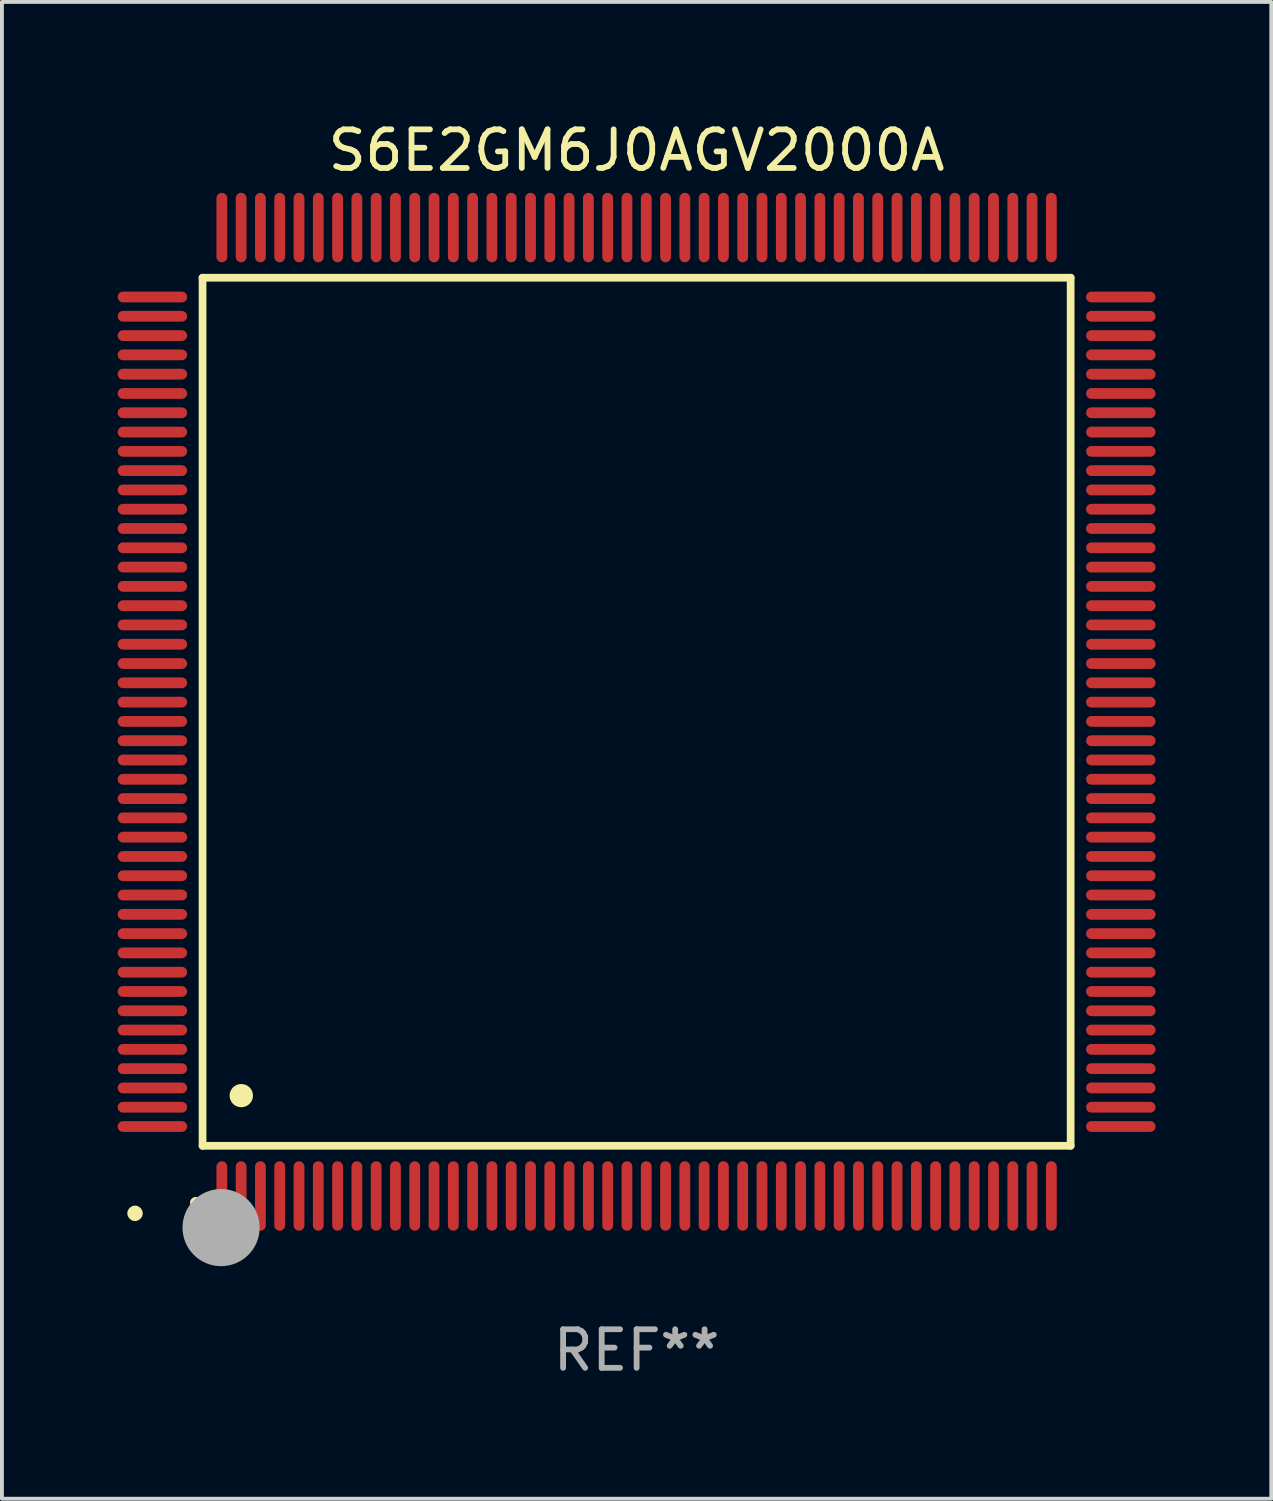
<source format=kicad_pcb>
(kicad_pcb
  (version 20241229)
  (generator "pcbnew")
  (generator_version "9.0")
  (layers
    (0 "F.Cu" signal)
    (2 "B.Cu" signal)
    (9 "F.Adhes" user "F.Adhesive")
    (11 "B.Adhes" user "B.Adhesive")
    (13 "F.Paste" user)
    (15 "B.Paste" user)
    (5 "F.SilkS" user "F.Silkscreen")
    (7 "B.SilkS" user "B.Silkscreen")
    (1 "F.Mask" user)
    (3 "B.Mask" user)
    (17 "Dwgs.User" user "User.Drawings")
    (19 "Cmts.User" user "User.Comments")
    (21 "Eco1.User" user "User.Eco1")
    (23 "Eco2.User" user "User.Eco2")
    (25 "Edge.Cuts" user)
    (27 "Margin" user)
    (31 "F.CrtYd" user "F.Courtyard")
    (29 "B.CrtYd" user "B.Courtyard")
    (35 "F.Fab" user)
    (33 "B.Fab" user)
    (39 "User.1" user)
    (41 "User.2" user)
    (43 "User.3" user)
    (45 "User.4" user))
  (footprint "S6E2GM6J0AGV2000A"
    (layer "F.Cu")
    (at 13.45 15.398)
    (property "Reference" "S6E2GM6J0AGV2000A" (at 0 -14.55 0) (layer "F.SilkS") (effects (font (size 1 1) (thickness 0.15))))
    (attr through_hole)
    (fp_line (start -11.25 -11.25) (end 11.25 -11.25) (stroke (width 0.2) (type solid)) (layer "F.SilkS"))
    (fp_line (start -11.25 11.25) (end -11.25 -11.25) (stroke (width 0.2) (type solid)) (layer "F.SilkS"))
    (fp_line (start 11.25 -11.25) (end 11.25 11.25) (stroke (width 0.2) (type solid)) (layer "F.SilkS"))
    (fp_line (start 11.25 11.25) (end -11.25 11.25) (stroke (width 0.2) (type solid)) (layer "F.SilkS"))
    (fp_arc (start -11.424943 12.725425) (mid -11.423673 12.72542) (end -11.422403 12.725425) (stroke (width 0.3) (type solid)) (layer "F.SilkS"))
    (fp_arc (start -10.24892 9.9492) (mid -10.24638 9.949189) (end -10.24384 9.9492) (stroke (width 0.6) (type solid)) (layer "F.SilkS"))
    (fp_circle (center -13 13) (end -12.9 13) (stroke (width 0.2) (type solid)) (fill no) (layer "F.SilkS"))
    (fp_circle (center -10.77 13.37) (end -10.27 13.37) (stroke (width 1) (type solid)) (fill no) (layer "F.Fab"))
    (fp_text user "REF**" (at 0 16.55 0) (layer "F.Fab") (effects (font (size 1 1) (thickness 0.15))))
    (pad "1" smd oval (at -10.75 12.55) (size 0.28 1.8) (layers "F.Cu" "F.Mask" "F.Paste"))
    (pad "2" smd oval (at -10.25 12.55) (size 0.28 1.8) (layers "F.Cu" "F.Mask" "F.Paste"))
    (pad "3" smd oval (at -9.75 12.55) (size 0.28 1.8) (layers "F.Cu" "F.Mask" "F.Paste"))
    (pad "4" smd oval (at -9.25 12.55) (size 0.28 1.8) (layers "F.Cu" "F.Mask" "F.Paste"))
    (pad "5" smd oval (at -8.75 12.55) (size 0.28 1.8) (layers "F.Cu" "F.Mask" "F.Paste"))
    (pad "6" smd oval (at -8.25 12.55) (size 0.28 1.8) (layers "F.Cu" "F.Mask" "F.Paste"))
    (pad "7" smd oval (at -7.75 12.55) (size 0.28 1.8) (layers "F.Cu" "F.Mask" "F.Paste"))
    (pad "8" smd oval (at -7.25 12.55) (size 0.28 1.8) (layers "F.Cu" "F.Mask" "F.Paste"))
    (pad "9" smd oval (at -6.75 12.55) (size 0.28 1.8) (layers "F.Cu" "F.Mask" "F.Paste"))
    (pad "10" smd oval (at -6.25 12.55) (size 0.28 1.8) (layers "F.Cu" "F.Mask" "F.Paste"))
    (pad "11" smd oval (at -5.75 12.55) (size 0.28 1.8) (layers "F.Cu" "F.Mask" "F.Paste"))
    (pad "12" smd oval (at -5.25 12.55) (size 0.28 1.8) (layers "F.Cu" "F.Mask" "F.Paste"))
    (pad "13" smd oval (at -4.75 12.55) (size 0.28 1.8) (layers "F.Cu" "F.Mask" "F.Paste"))
    (pad "14" smd oval (at -4.25 12.55) (size 0.28 1.8) (layers "F.Cu" "F.Mask" "F.Paste"))
    (pad "15" smd oval (at -3.75 12.55) (size 0.28 1.8) (layers "F.Cu" "F.Mask" "F.Paste"))
    (pad "16" smd oval (at -3.25 12.55) (size 0.28 1.8) (layers "F.Cu" "F.Mask" "F.Paste"))
    (pad "17" smd oval (at -2.75 12.55) (size 0.28 1.8) (layers "F.Cu" "F.Mask" "F.Paste"))
    (pad "18" smd oval (at -2.25 12.55) (size 0.28 1.8) (layers "F.Cu" "F.Mask" "F.Paste"))
    (pad "19" smd oval (at -1.75 12.55) (size 0.28 1.8) (layers "F.Cu" "F.Mask" "F.Paste"))
    (pad "20" smd oval (at -1.25 12.55) (size 0.28 1.8) (layers "F.Cu" "F.Mask" "F.Paste"))
    (pad "21" smd oval (at -0.75 12.55) (size 0.28 1.8) (layers "F.Cu" "F.Mask" "F.Paste"))
    (pad "22" smd oval (at -0.25 12.55) (size 0.28 1.8) (layers "F.Cu" "F.Mask" "F.Paste"))
    (pad "23" smd oval (at 0.25 12.55) (size 0.28 1.8) (layers "F.Cu" "F.Mask" "F.Paste"))
    (pad "24" smd oval (at 0.75 12.55) (size 0.28 1.8) (layers "F.Cu" "F.Mask" "F.Paste"))
    (pad "25" smd oval (at 1.25 12.55) (size 0.28 1.8) (layers "F.Cu" "F.Mask" "F.Paste"))
    (pad "26" smd oval (at 1.75 12.55) (size 0.28 1.8) (layers "F.Cu" "F.Mask" "F.Paste"))
    (pad "27" smd oval (at 2.25 12.55) (size 0.28 1.8) (layers "F.Cu" "F.Mask" "F.Paste"))
    (pad "28" smd oval (at 2.75 12.55) (size 0.28 1.8) (layers "F.Cu" "F.Mask" "F.Paste"))
    (pad "29" smd oval (at 3.25 12.55) (size 0.28 1.8) (layers "F.Cu" "F.Mask" "F.Paste"))
    (pad "30" smd oval (at 3.75 12.55) (size 0.28 1.8) (layers "F.Cu" "F.Mask" "F.Paste"))
    (pad "31" smd oval (at 4.25 12.55) (size 0.28 1.8) (layers "F.Cu" "F.Mask" "F.Paste"))
    (pad "32" smd oval (at 4.75 12.55) (size 0.28 1.8) (layers "F.Cu" "F.Mask" "F.Paste"))
    (pad "33" smd oval (at 5.25 12.55) (size 0.28 1.8) (layers "F.Cu" "F.Mask" "F.Paste"))
    (pad "34" smd oval (at 5.75 12.55) (size 0.28 1.8) (layers "F.Cu" "F.Mask" "F.Paste"))
    (pad "35" smd oval (at 6.25 12.55) (size 0.28 1.8) (layers "F.Cu" "F.Mask" "F.Paste"))
    (pad "36" smd oval (at 6.75 12.55) (size 0.28 1.8) (layers "F.Cu" "F.Mask" "F.Paste"))
    (pad "37" smd oval (at 7.25 12.55) (size 0.28 1.8) (layers "F.Cu" "F.Mask" "F.Paste"))
    (pad "38" smd oval (at 7.75 12.55) (size 0.28 1.8) (layers "F.Cu" "F.Mask" "F.Paste"))
    (pad "39" smd oval (at 8.25 12.55) (size 0.28 1.8) (layers "F.Cu" "F.Mask" "F.Paste"))
    (pad "40" smd oval (at 8.75 12.55) (size 0.28 1.8) (layers "F.Cu" "F.Mask" "F.Paste"))
    (pad "41" smd oval (at 9.25 12.55) (size 0.28 1.8) (layers "F.Cu" "F.Mask" "F.Paste"))
    (pad "42" smd oval (at 9.75 12.55) (size 0.28 1.8) (layers "F.Cu" "F.Mask" "F.Paste"))
    (pad "43" smd oval (at 10.25 12.55) (size 0.28 1.8) (layers "F.Cu" "F.Mask" "F.Paste"))
    (pad "44" smd oval (at 10.75 12.55) (size 0.28 1.8) (layers "F.Cu" "F.Mask" "F.Paste"))
    (pad "45" smd oval (at 12.55 10.75) (size 1.8 0.28) (layers "F.Cu" "F.Mask" "F.Paste"))
    (pad "46" smd oval (at 12.55 10.25) (size 1.8 0.28) (layers "F.Cu" "F.Mask" "F.Paste"))
    (pad "47" smd oval (at 12.55 9.75) (size 1.8 0.28) (layers "F.Cu" "F.Mask" "F.Paste"))
    (pad "48" smd oval (at 12.55 9.25) (size 1.8 0.28) (layers "F.Cu" "F.Mask" "F.Paste"))
    (pad "49" smd oval (at 12.55 8.75) (size 1.8 0.28) (layers "F.Cu" "F.Mask" "F.Paste"))
    (pad "50" smd oval (at 12.55 8.25) (size 1.8 0.28) (layers "F.Cu" "F.Mask" "F.Paste"))
    (pad "51" smd oval (at 12.55 7.75) (size 1.8 0.28) (layers "F.Cu" "F.Mask" "F.Paste"))
    (pad "52" smd oval (at 12.55 7.25) (size 1.8 0.28) (layers "F.Cu" "F.Mask" "F.Paste"))
    (pad "53" smd oval (at 12.55 6.75) (size 1.8 0.28) (layers "F.Cu" "F.Mask" "F.Paste"))
    (pad "54" smd oval (at 12.55 6.25) (size 1.8 0.28) (layers "F.Cu" "F.Mask" "F.Paste"))
    (pad "55" smd oval (at 12.55 5.75) (size 1.8 0.28) (layers "F.Cu" "F.Mask" "F.Paste"))
    (pad "56" smd oval (at 12.55 5.25) (size 1.8 0.28) (layers "F.Cu" "F.Mask" "F.Paste"))
    (pad "57" smd oval (at 12.55 4.75) (size 1.8 0.28) (layers "F.Cu" "F.Mask" "F.Paste"))
    (pad "58" smd oval (at 12.55 4.25) (size 1.8 0.28) (layers "F.Cu" "F.Mask" "F.Paste"))
    (pad "59" smd oval (at 12.55 3.75) (size 1.8 0.28) (layers "F.Cu" "F.Mask" "F.Paste"))
    (pad "60" smd oval (at 12.55 3.25) (size 1.8 0.28) (layers "F.Cu" "F.Mask" "F.Paste"))
    (pad "61" smd oval (at 12.55 2.75) (size 1.8 0.28) (layers "F.Cu" "F.Mask" "F.Paste"))
    (pad "62" smd oval (at 12.55 2.25) (size 1.8 0.28) (layers "F.Cu" "F.Mask" "F.Paste"))
    (pad "63" smd oval (at 12.55 1.75) (size 1.8 0.28) (layers "F.Cu" "F.Mask" "F.Paste"))
    (pad "64" smd oval (at 12.55 1.25) (size 1.8 0.28) (layers "F.Cu" "F.Mask" "F.Paste"))
    (pad "65" smd oval (at 12.55 0.75) (size 1.8 0.28) (layers "F.Cu" "F.Mask" "F.Paste"))
    (pad "66" smd oval (at 12.55 0.25) (size 1.8 0.28) (layers "F.Cu" "F.Mask" "F.Paste"))
    (pad "67" smd oval (at 12.55 -0.25) (size 1.8 0.28) (layers "F.Cu" "F.Mask" "F.Paste"))
    (pad "68" smd oval (at 12.55 -0.75) (size 1.8 0.28) (layers "F.Cu" "F.Mask" "F.Paste"))
    (pad "69" smd oval (at 12.55 -1.25) (size 1.8 0.28) (layers "F.Cu" "F.Mask" "F.Paste"))
    (pad "70" smd oval (at 12.55 -1.75) (size 1.8 0.28) (layers "F.Cu" "F.Mask" "F.Paste"))
    (pad "71" smd oval (at 12.55 -2.25) (size 1.8 0.28) (layers "F.Cu" "F.Mask" "F.Paste"))
    (pad "72" smd oval (at 12.55 -2.75) (size 1.8 0.28) (layers "F.Cu" "F.Mask" "F.Paste"))
    (pad "73" smd oval (at 12.55 -3.25) (size 1.8 0.28) (layers "F.Cu" "F.Mask" "F.Paste"))
    (pad "74" smd oval (at 12.55 -3.75) (size 1.8 0.28) (layers "F.Cu" "F.Mask" "F.Paste"))
    (pad "75" smd oval (at 12.55 -4.25) (size 1.8 0.28) (layers "F.Cu" "F.Mask" "F.Paste"))
    (pad "76" smd oval (at 12.55 -4.75) (size 1.8 0.28) (layers "F.Cu" "F.Mask" "F.Paste"))
    (pad "77" smd oval (at 12.55 -5.25) (size 1.8 0.28) (layers "F.Cu" "F.Mask" "F.Paste"))
    (pad "78" smd oval (at 12.55 -5.75) (size 1.8 0.28) (layers "F.Cu" "F.Mask" "F.Paste"))
    (pad "79" smd oval (at 12.55 -6.25) (size 1.8 0.28) (layers "F.Cu" "F.Mask" "F.Paste"))
    (pad "80" smd oval (at 12.55 -6.75) (size 1.8 0.28) (layers "F.Cu" "F.Mask" "F.Paste"))
    (pad "81" smd oval (at 12.55 -7.25) (size 1.8 0.28) (layers "F.Cu" "F.Mask" "F.Paste"))
    (pad "82" smd oval (at 12.55 -7.75) (size 1.8 0.28) (layers "F.Cu" "F.Mask" "F.Paste"))
    (pad "83" smd oval (at 12.55 -8.25) (size 1.8 0.28) (layers "F.Cu" "F.Mask" "F.Paste"))
    (pad "84" smd oval (at 12.55 -8.75) (size 1.8 0.28) (layers "F.Cu" "F.Mask" "F.Paste"))
    (pad "85" smd oval (at 12.55 -9.25) (size 1.8 0.28) (layers "F.Cu" "F.Mask" "F.Paste"))
    (pad "86" smd oval (at 12.55 -9.75) (size 1.8 0.28) (layers "F.Cu" "F.Mask" "F.Paste"))
    (pad "87" smd oval (at 12.55 -10.25) (size 1.8 0.28) (layers "F.Cu" "F.Mask" "F.Paste"))
    (pad "88" smd oval (at 12.55 -10.75) (size 1.8 0.28) (layers "F.Cu" "F.Mask" "F.Paste"))
    (pad "89" smd oval (at 10.75 -12.55) (size 0.28 1.8) (layers "F.Cu" "F.Mask" "F.Paste"))
    (pad "90" smd oval (at 10.25 -12.55) (size 0.28 1.8) (layers "F.Cu" "F.Mask" "F.Paste"))
    (pad "91" smd oval (at 9.75 -12.55) (size 0.28 1.8) (layers "F.Cu" "F.Mask" "F.Paste"))
    (pad "92" smd oval (at 9.25 -12.55) (size 0.28 1.8) (layers "F.Cu" "F.Mask" "F.Paste"))
    (pad "93" smd oval (at 8.75 -12.55) (size 0.28 1.8) (layers "F.Cu" "F.Mask" "F.Paste"))
    (pad "94" smd oval (at 8.25 -12.55) (size 0.28 1.8) (layers "F.Cu" "F.Mask" "F.Paste"))
    (pad "95" smd oval (at 7.75 -12.55) (size 0.28 1.8) (layers "F.Cu" "F.Mask" "F.Paste"))
    (pad "96" smd oval (at 7.25 -12.55) (size 0.28 1.8) (layers "F.Cu" "F.Mask" "F.Paste"))
    (pad "97" smd oval (at 6.75 -12.55) (size 0.28 1.8) (layers "F.Cu" "F.Mask" "F.Paste"))
    (pad "98" smd oval (at 6.25 -12.55) (size 0.28 1.8) (layers "F.Cu" "F.Mask" "F.Paste"))
    (pad "99" smd oval (at 5.75 -12.55) (size 0.28 1.8) (layers "F.Cu" "F.Mask" "F.Paste"))
    (pad "100" smd oval (at 5.25 -12.55) (size 0.28 1.8) (layers "F.Cu" "F.Mask" "F.Paste"))
    (pad "101" smd oval (at 4.75 -12.55) (size 0.28 1.8) (layers "F.Cu" "F.Mask" "F.Paste"))
    (pad "102" smd oval (at 4.25 -12.55) (size 0.28 1.8) (layers "F.Cu" "F.Mask" "F.Paste"))
    (pad "103" smd oval (at 3.75 -12.55) (size 0.28 1.8) (layers "F.Cu" "F.Mask" "F.Paste"))
    (pad "104" smd oval (at 3.25 -12.55) (size 0.28 1.8) (layers "F.Cu" "F.Mask" "F.Paste"))
    (pad "105" smd oval (at 2.75 -12.55) (size 0.28 1.8) (layers "F.Cu" "F.Mask" "F.Paste"))
    (pad "106" smd oval (at 2.25 -12.55) (size 0.28 1.8) (layers "F.Cu" "F.Mask" "F.Paste"))
    (pad "107" smd oval (at 1.75 -12.55) (size 0.28 1.8) (layers "F.Cu" "F.Mask" "F.Paste"))
    (pad "108" smd oval (at 1.25 -12.55) (size 0.28 1.8) (layers "F.Cu" "F.Mask" "F.Paste"))
    (pad "109" smd oval (at 0.75 -12.55) (size 0.28 1.8) (layers "F.Cu" "F.Mask" "F.Paste"))
    (pad "110" smd oval (at 0.25 -12.55) (size 0.28 1.8) (layers "F.Cu" "F.Mask" "F.Paste"))
    (pad "111" smd oval (at -0.25 -12.55) (size 0.28 1.8) (layers "F.Cu" "F.Mask" "F.Paste"))
    (pad "112" smd oval (at -0.75 -12.55) (size 0.28 1.8) (layers "F.Cu" "F.Mask" "F.Paste"))
    (pad "113" smd oval (at -1.25 -12.55) (size 0.28 1.8) (layers "F.Cu" "F.Mask" "F.Paste"))
    (pad "114" smd oval (at -1.75 -12.55) (size 0.28 1.8) (layers "F.Cu" "F.Mask" "F.Paste"))
    (pad "115" smd oval (at -2.25 -12.55) (size 0.28 1.8) (layers "F.Cu" "F.Mask" "F.Paste"))
    (pad "116" smd oval (at -2.75 -12.55) (size 0.28 1.8) (layers "F.Cu" "F.Mask" "F.Paste"))
    (pad "117" smd oval (at -3.25 -12.55) (size 0.28 1.8) (layers "F.Cu" "F.Mask" "F.Paste"))
    (pad "118" smd oval (at -3.75 -12.55) (size 0.28 1.8) (layers "F.Cu" "F.Mask" "F.Paste"))
    (pad "119" smd oval (at -4.25 -12.55) (size 0.28 1.8) (layers "F.Cu" "F.Mask" "F.Paste"))
    (pad "120" smd oval (at -4.75 -12.55) (size 0.28 1.8) (layers "F.Cu" "F.Mask" "F.Paste"))
    (pad "121" smd oval (at -5.25 -12.55) (size 0.28 1.8) (layers "F.Cu" "F.Mask" "F.Paste"))
    (pad "122" smd oval (at -5.75 -12.55) (size 0.28 1.8) (layers "F.Cu" "F.Mask" "F.Paste"))
    (pad "123" smd oval (at -6.25 -12.55) (size 0.28 1.8) (layers "F.Cu" "F.Mask" "F.Paste"))
    (pad "124" smd oval (at -6.75 -12.55) (size 0.28 1.8) (layers "F.Cu" "F.Mask" "F.Paste"))
    (pad "125" smd oval (at -7.25 -12.55) (size 0.28 1.8) (layers "F.Cu" "F.Mask" "F.Paste"))
    (pad "126" smd oval (at -7.75 -12.55) (size 0.28 1.8) (layers "F.Cu" "F.Mask" "F.Paste"))
    (pad "127" smd oval (at -8.25 -12.55) (size 0.28 1.8) (layers "F.Cu" "F.Mask" "F.Paste"))
    (pad "128" smd oval (at -8.75 -12.55) (size 0.28 1.8) (layers "F.Cu" "F.Mask" "F.Paste"))
    (pad "129" smd oval (at -9.25 -12.55) (size 0.28 1.8) (layers "F.Cu" "F.Mask" "F.Paste"))
    (pad "130" smd oval (at -9.75 -12.55) (size 0.28 1.8) (layers "F.Cu" "F.Mask" "F.Paste"))
    (pad "131" smd oval (at -10.25 -12.55) (size 0.28 1.8) (layers "F.Cu" "F.Mask" "F.Paste"))
    (pad "132" smd oval (at -10.75 -12.55) (size 0.28 1.8) (layers "F.Cu" "F.Mask" "F.Paste"))
    (pad "133" smd oval (at -12.55 -10.75) (size 1.8 0.28) (layers "F.Cu" "F.Mask" "F.Paste"))
    (pad "134" smd oval (at -12.55 -10.25) (size 1.8 0.28) (layers "F.Cu" "F.Mask" "F.Paste"))
    (pad "135" smd oval (at -12.55 -9.75) (size 1.8 0.28) (layers "F.Cu" "F.Mask" "F.Paste"))
    (pad "136" smd oval (at -12.55 -9.25) (size 1.8 0.28) (layers "F.Cu" "F.Mask" "F.Paste"))
    (pad "137" smd oval (at -12.55 -8.75) (size 1.8 0.28) (layers "F.Cu" "F.Mask" "F.Paste"))
    (pad "138" smd oval (at -12.55 -8.25) (size 1.8 0.28) (layers "F.Cu" "F.Mask" "F.Paste"))
    (pad "139" smd oval (at -12.55 -7.75) (size 1.8 0.28) (layers "F.Cu" "F.Mask" "F.Paste"))
    (pad "140" smd oval (at -12.55 -7.25) (size 1.8 0.28) (layers "F.Cu" "F.Mask" "F.Paste"))
    (pad "141" smd oval (at -12.55 -6.75) (size 1.8 0.28) (layers "F.Cu" "F.Mask" "F.Paste"))
    (pad "142" smd oval (at -12.55 -6.25) (size 1.8 0.28) (layers "F.Cu" "F.Mask" "F.Paste"))
    (pad "143" smd oval (at -12.55 -5.75) (size 1.8 0.28) (layers "F.Cu" "F.Mask" "F.Paste"))
    (pad "144" smd oval (at -12.55 -5.25) (size 1.8 0.28) (layers "F.Cu" "F.Mask" "F.Paste"))
    (pad "145" smd oval (at -12.55 -4.75) (size 1.8 0.28) (layers "F.Cu" "F.Mask" "F.Paste"))
    (pad "146" smd oval (at -12.55 -4.25) (size 1.8 0.28) (layers "F.Cu" "F.Mask" "F.Paste"))
    (pad "147" smd oval (at -12.55 -3.75) (size 1.8 0.28) (layers "F.Cu" "F.Mask" "F.Paste"))
    (pad "148" smd oval (at -12.55 -3.25) (size 1.8 0.28) (layers "F.Cu" "F.Mask" "F.Paste"))
    (pad "149" smd oval (at -12.55 -2.75) (size 1.8 0.28) (layers "F.Cu" "F.Mask" "F.Paste"))
    (pad "150" smd oval (at -12.55 -2.25) (size 1.8 0.28) (layers "F.Cu" "F.Mask" "F.Paste"))
    (pad "151" smd oval (at -12.55 -1.75) (size 1.8 0.28) (layers "F.Cu" "F.Mask" "F.Paste"))
    (pad "152" smd oval (at -12.55 -1.25) (size 1.8 0.28) (layers "F.Cu" "F.Mask" "F.Paste"))
    (pad "153" smd oval (at -12.55 -0.75) (size 1.8 0.28) (layers "F.Cu" "F.Mask" "F.Paste"))
    (pad "154" smd oval (at -12.55 -0.25) (size 1.8 0.28) (layers "F.Cu" "F.Mask" "F.Paste"))
    (pad "155" smd oval (at -12.55 0.25) (size 1.8 0.28) (layers "F.Cu" "F.Mask" "F.Paste"))
    (pad "156" smd oval (at -12.55 0.75) (size 1.8 0.28) (layers "F.Cu" "F.Mask" "F.Paste"))
    (pad "157" smd oval (at -12.55 1.25) (size 1.8 0.28) (layers "F.Cu" "F.Mask" "F.Paste"))
    (pad "158" smd oval (at -12.55 1.75) (size 1.8 0.28) (layers "F.Cu" "F.Mask" "F.Paste"))
    (pad "159" smd oval (at -12.55 2.25) (size 1.8 0.28) (layers "F.Cu" "F.Mask" "F.Paste"))
    (pad "160" smd oval (at -12.55 2.75) (size 1.8 0.28) (layers "F.Cu" "F.Mask" "F.Paste"))
    (pad "161" smd oval (at -12.55 3.25) (size 1.8 0.28) (layers "F.Cu" "F.Mask" "F.Paste"))
    (pad "162" smd oval (at -12.55 3.75) (size 1.8 0.28) (layers "F.Cu" "F.Mask" "F.Paste"))
    (pad "163" smd oval (at -12.55 4.25) (size 1.8 0.28) (layers "F.Cu" "F.Mask" "F.Paste"))
    (pad "164" smd oval (at -12.55 4.75) (size 1.8 0.28) (layers "F.Cu" "F.Mask" "F.Paste"))
    (pad "165" smd oval (at -12.55 5.25) (size 1.8 0.28) (layers "F.Cu" "F.Mask" "F.Paste"))
    (pad "166" smd oval (at -12.55 5.75) (size 1.8 0.28) (layers "F.Cu" "F.Mask" "F.Paste"))
    (pad "167" smd oval (at -12.55 6.25) (size 1.8 0.28) (layers "F.Cu" "F.Mask" "F.Paste"))
    (pad "168" smd oval (at -12.55 6.75) (size 1.8 0.28) (layers "F.Cu" "F.Mask" "F.Paste"))
    (pad "169" smd oval (at -12.55 7.25) (size 1.8 0.28) (layers "F.Cu" "F.Mask" "F.Paste"))
    (pad "170" smd oval (at -12.55 7.75) (size 1.8 0.28) (layers "F.Cu" "F.Mask" "F.Paste"))
    (pad "171" smd oval (at -12.55 8.25) (size 1.8 0.28) (layers "F.Cu" "F.Mask" "F.Paste"))
    (pad "172" smd oval (at -12.55 8.75) (size 1.8 0.28) (layers "F.Cu" "F.Mask" "F.Paste"))
    (pad "173" smd oval (at -12.55 9.25) (size 1.8 0.28) (layers "F.Cu" "F.Mask" "F.Paste"))
    (pad "174" smd oval (at -12.55 9.75) (size 1.8 0.28) (layers "F.Cu" "F.Mask" "F.Paste"))
    (pad "175" smd oval (at -12.55 10.25) (size 1.8 0.28) (layers "F.Cu" "F.Mask" "F.Paste"))
    (pad "176" smd oval (at -12.55 10.75) (size 1.8 0.28) (layers "F.Cu" "F.Mask" "F.Paste")))
  (gr_rect
    (start -3 -3)
    (end 29.9 35.796)
    (stroke (width 0.1) (type default))
    (fill no)
    (layer "Edge.Cuts")))
</source>
